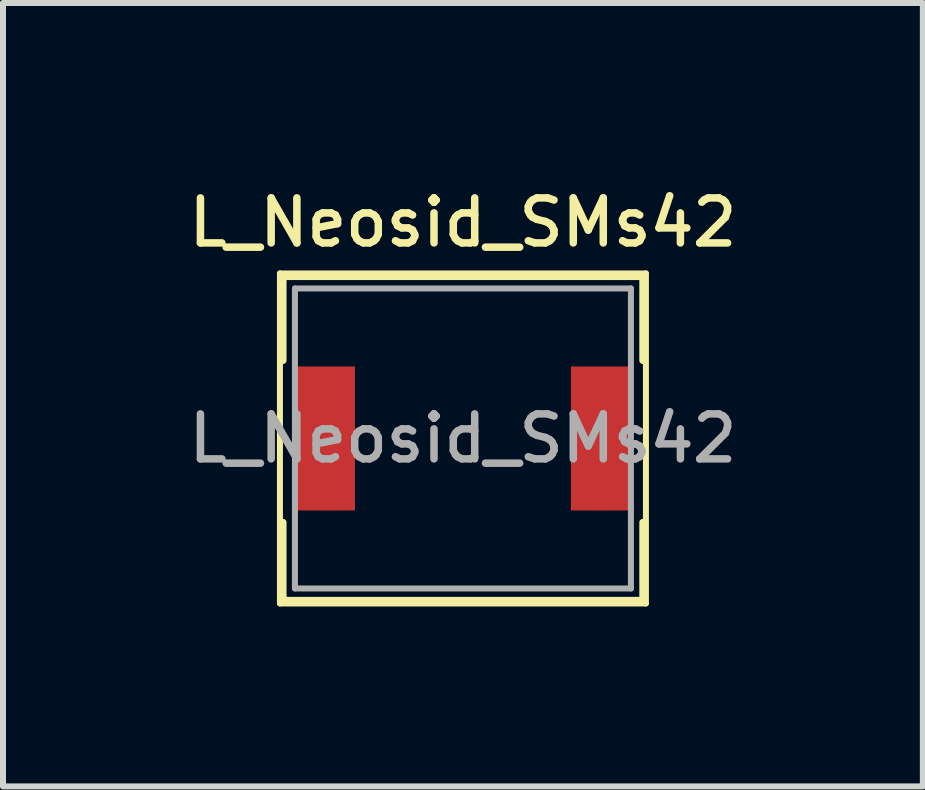
<source format=kicad_pcb>
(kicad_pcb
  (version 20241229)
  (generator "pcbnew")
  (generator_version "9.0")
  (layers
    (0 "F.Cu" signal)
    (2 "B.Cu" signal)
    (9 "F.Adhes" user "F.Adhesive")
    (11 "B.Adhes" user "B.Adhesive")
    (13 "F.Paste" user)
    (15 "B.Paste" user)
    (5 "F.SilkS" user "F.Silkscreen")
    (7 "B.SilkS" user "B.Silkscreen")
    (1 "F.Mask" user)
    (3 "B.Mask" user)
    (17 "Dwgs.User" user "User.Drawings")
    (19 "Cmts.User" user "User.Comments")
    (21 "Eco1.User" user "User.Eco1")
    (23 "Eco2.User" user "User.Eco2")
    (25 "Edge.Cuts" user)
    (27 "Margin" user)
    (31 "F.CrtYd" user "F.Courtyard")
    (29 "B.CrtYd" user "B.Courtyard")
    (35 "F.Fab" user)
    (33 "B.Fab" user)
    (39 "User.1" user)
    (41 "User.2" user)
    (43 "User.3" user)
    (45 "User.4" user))
  (footprint "L_Neosid_SMs42"
    (layer "F.Cu")
    (at 4.666 4.258)
    (property "Reference" "L_Neosid_SMs42" (at 0 -3.6 0) (layer "F.SilkS") (effects (font (size 0.75 0.75) (thickness 0.125))))
    (attr smd)
    (fp_line (start -3.05 -2.75) (end -3.05 2.75) (stroke (width 0.1) (type solid)) (layer "F.SilkS"))
    (fp_line (start -3.05 -2.75) (end 3.05 -2.75) (stroke (width 0.1) (type solid)) (layer "F.SilkS"))
    (fp_line (start -3 -2.7) (end 3 -2.7) (stroke (width 0.12) (type solid)) (layer "F.SilkS"))
    (fp_line (start -3 -1.3) (end -3 -2.7) (stroke (width 0.12) (type solid)) (layer "F.SilkS"))
    (fp_line (start -3 2.7) (end -3 1.4) (stroke (width 0.12) (type solid)) (layer "F.SilkS"))
    (fp_line (start 3 -2.7) (end 3 -1.3) (stroke (width 0.12) (type solid)) (layer "F.SilkS"))
    (fp_line (start 3 1.4) (end 3 2.7) (stroke (width 0.12) (type solid)) (layer "F.SilkS"))
    (fp_line (start 3 2.7) (end -3 2.7) (stroke (width 0.12) (type solid)) (layer "F.SilkS"))
    (fp_line (start 3.05 2.75) (end -3.05 2.75) (stroke (width 0.1) (type solid)) (layer "F.SilkS"))
    (fp_line (start 3.05 2.75) (end 3.05 -2.75) (stroke (width 0.1) (type solid)) (layer "F.SilkS"))
    (fp_line (start -2.8 -2.5) (end 2.8 -2.5) (stroke (width 0.1) (type solid)) (layer "F.Fab"))
    (fp_line (start -2.8 2.5) (end -2.8 -2.5) (stroke (width 0.1) (type solid)) (layer "F.Fab"))
    (fp_line (start 2.8 -2.5) (end 2.8 2.5) (stroke (width 0.1) (type solid)) (layer "F.Fab"))
    (fp_line (start 2.8 2.5) (end -2.8 2.5) (stroke (width 0.1) (type solid)) (layer "F.Fab"))
    (fp_text user "${REFERENCE}" (at 0 0 0) (layer "F.Fab") (effects (font (size 0.75 0.75) (thickness 0.125))))
    (pad "1" smd rect (at -2.3 0) (size 1 2.4) (layers "F.Cu" "F.Mask" "F.Paste"))
    (pad "2" smd rect (at 2.3 0) (size 1 2.4) (layers "F.Cu" "F.Mask" "F.Paste")))
  (gr_rect
    (start -3 -3)
    (end 12.332 10.058)
    (stroke (width 0.1) (type default))
    (fill no)
    (layer "Edge.Cuts")))
</source>
